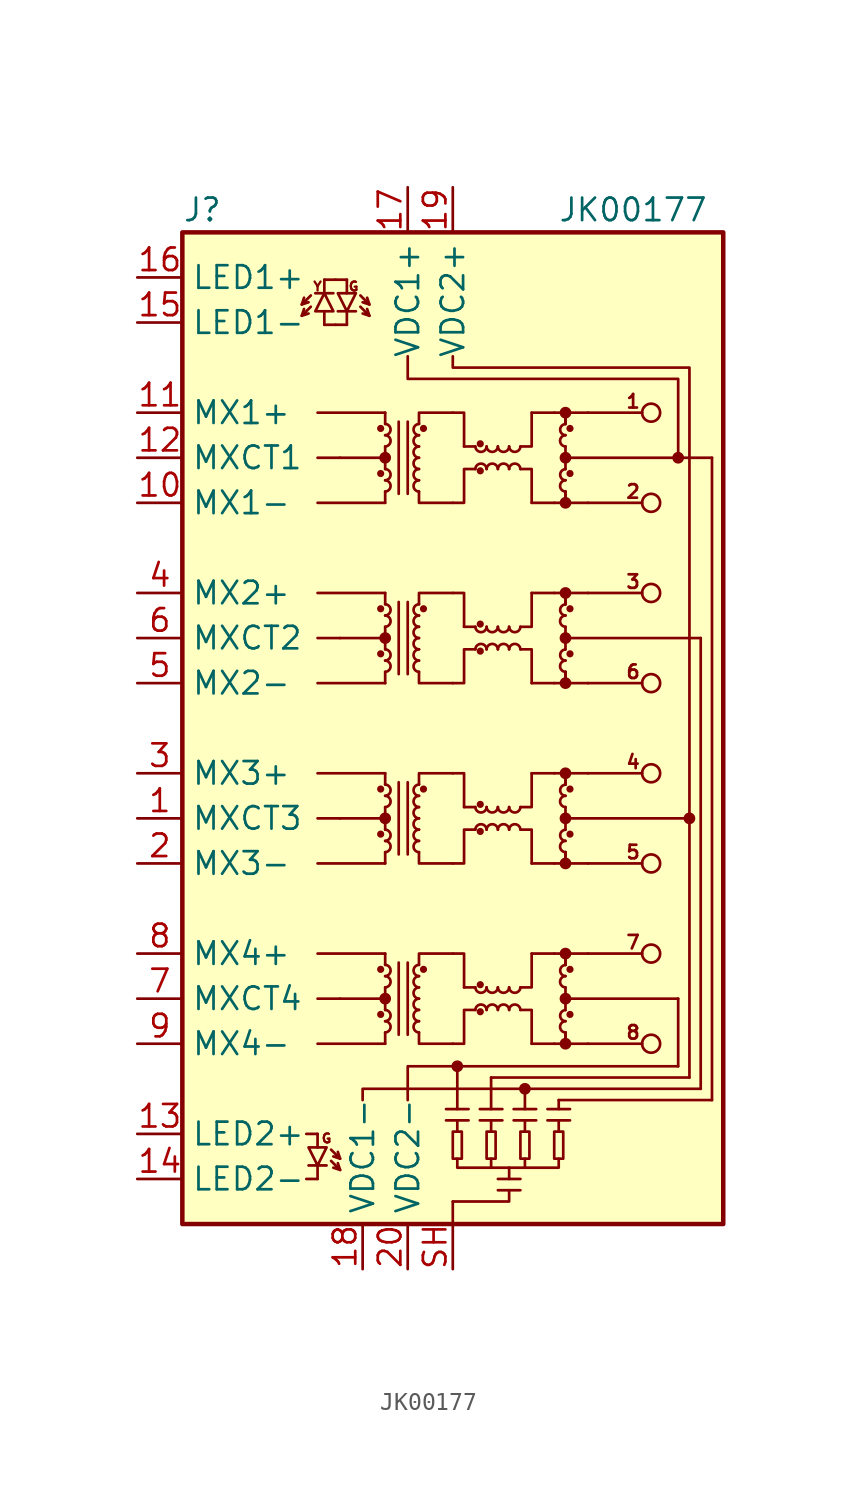
<source format=kicad_sym>
(kicad_symbol_lib
  (version 20211014)
  (generator kicad_symbol_editor)
  (symbol "JK00177"
    (property "Reference" "J"
      (at -15.24 29.21 0)
      (effects (font (size 1.27 1.27)) (justify left)))
    (property "Value" "JK00177"
      (at 10.16 29.21 0)
      (effects (font (size 1.27 1.27))))
    (symbol "JK00177_0_0"
      (text "" (at -7.874 24.892 900) (effects (font (size 1.27 1.27))))
      (text "1" (at 10.16 18.415 0) (effects (font (size 0.762 0.762))))
      (text "2" (at 10.16 13.335 0) (effects (font (size 0.762 0.762))))
      (text "3" (at 10.16 8.255 0) (effects (font (size 0.762 0.762))))
      (text "4" (at 10.16 -1.905 0) (effects (font (size 0.762 0.762))))
      (text "5" (at 10.16 -6.985 0) (effects (font (size 0.762 0.762))))
      (text "6" (at 10.16 3.175 0) (effects (font (size 0.762 0.762))))
      (text "7" (at 10.16 -12.065 0) (effects (font (size 0.762 0.762))))
      (text "8" (at 10.16 -17.145 0) (effects (font (size 0.762 0.762))))
      (text "G" (at -7.112 -23.114 0) (effects (font (size 0.508 0.508))))
      (text "G" (at -5.588 24.892 0) (effects (font (size 0.508 0.508))))
      (text "Y" (at -7.62 24.892 0) (effects (font (size 0.508 0.508)))))
    (symbol "JK00177_0_1"
      (rectangle (start -15.24 27.94) (end 15.24 -27.94) (stroke (width 0.254) (type default) (color 0 0 0 0)) (fill (type background)))
      (circle (center -4.064 -16.129) (radius 0.127) (stroke (width 0) (type default) (color 0 0 0 0)) (fill (type outline)))
      (circle (center -4.064 -13.589) (radius 0.127) (stroke (width 0) (type default) (color 0 0 0 0)) (fill (type outline)))
      (circle (center -4.064 -5.969) (radius 0.127) (stroke (width 0) (type default) (color 0 0 0 0)) (fill (type outline)))
      (circle (center -4.064 -3.429) (radius 0.127) (stroke (width 0) (type default) (color 0 0 0 0)) (fill (type outline)))
      (circle (center -4.064 4.191) (radius 0.127) (stroke (width 0) (type default) (color 0 0 0 0)) (fill (type outline)))
      (circle (center -4.064 6.731) (radius 0.127) (stroke (width 0) (type default) (color 0 0 0 0)) (fill (type outline)))
      (circle (center -4.064 14.351) (radius 0.127) (stroke (width 0) (type default) (color 0 0 0 0)) (fill (type outline)))
      (circle (center -4.064 16.891) (radius 0.127) (stroke (width 0) (type default) (color 0 0 0 0)) (fill (type outline)))
      (arc (start -3.81 -17.145) (mid -3.5052 -16.8402) (end -3.81 -16.51) (stroke (width 0) (type default) (color 0 0 0 0)) (fill (type none)))
      (arc (start -3.81 -16.51) (mid -3.5052 -16.2052) (end -3.81 -15.875) (stroke (width 0) (type default) (color 0 0 0 0)) (fill (type none)))
      (circle (center -3.81 -15.24) (radius 0.254) (stroke (width 0) (type default) (color 0 0 0 0)) (fill (type outline)))
      (arc (start -3.81 -14.605) (mid -3.5052 -14.3002) (end -3.81 -13.97) (stroke (width 0) (type default) (color 0 0 0 0)) (fill (type none)))
      (arc (start -3.81 -13.97) (mid -3.5052 -13.6652) (end -3.81 -13.335) (stroke (width 0) (type default) (color 0 0 0 0)) (fill (type none)))
      (arc (start -3.81 -6.985) (mid -3.5052 -6.6802) (end -3.81 -6.35) (stroke (width 0) (type default) (color 0 0 0 0)) (fill (type none)))
      (arc (start -3.81 -6.35) (mid -3.5052 -6.0452) (end -3.81 -5.715) (stroke (width 0) (type default) (color 0 0 0 0)) (fill (type none)))
      (circle (center -3.81 -5.08) (radius 0.254) (stroke (width 0) (type default) (color 0 0 0 0)) (fill (type outline)))
      (arc (start -3.81 -4.445) (mid -3.5052 -4.1402) (end -3.81 -3.81) (stroke (width 0) (type default) (color 0 0 0 0)) (fill (type none)))
      (arc (start -3.81 -3.81) (mid -3.5052 -3.5052) (end -3.81 -3.175) (stroke (width 0) (type default) (color 0 0 0 0)) (fill (type none)))
      (arc (start -3.81 3.175) (mid -3.5052 3.4798) (end -3.81 3.81) (stroke (width 0) (type default) (color 0 0 0 0)) (fill (type none)))
      (arc (start -3.81 3.81) (mid -3.5052 4.1148) (end -3.81 4.445) (stroke (width 0) (type default) (color 0 0 0 0)) (fill (type none)))
      (circle (center -3.81 5.08) (radius 0.254) (stroke (width 0) (type default) (color 0 0 0 0)) (fill (type outline)))
      (arc (start -3.81 5.715) (mid -3.5052 6.0198) (end -3.81 6.35) (stroke (width 0) (type default) (color 0 0 0 0)) (fill (type none)))
      (arc (start -3.81 6.35) (mid -3.5052 6.6548) (end -3.81 6.985) (stroke (width 0) (type default) (color 0 0 0 0)) (fill (type none)))
      (arc (start -3.81 13.335) (mid -3.5052 13.6398) (end -3.81 13.97) (stroke (width 0) (type default) (color 0 0 0 0)) (fill (type none)))
      (arc (start -3.81 13.97) (mid -3.5052 14.2748) (end -3.81 14.605) (stroke (width 0) (type default) (color 0 0 0 0)) (fill (type none)))
      (circle (center -3.81 15.24) (radius 0.254) (stroke (width 0) (type default) (color 0 0 0 0)) (fill (type outline)))
      (arc (start -3.81 15.875) (mid -3.5052 16.1798) (end -3.81 16.51) (stroke (width 0) (type default) (color 0 0 0 0)) (fill (type none)))
      (arc (start -3.81 16.51) (mid -3.5052 16.8148) (end -3.81 17.145) (stroke (width 0) (type default) (color 0 0 0 0)) (fill (type none)))
      (arc (start -1.905 -16.51) (mid -2.2098 -16.8148) (end -1.905 -17.145) (stroke (width 0) (type default) (color 0 0 0 0)) (fill (type none)))
      (arc (start -1.905 -15.875) (mid -2.2098 -16.1798) (end -1.905 -16.51) (stroke (width 0) (type default) (color 0 0 0 0)) (fill (type none)))
      (arc (start -1.905 -15.24) (mid -2.2098 -15.5448) (end -1.905 -15.875) (stroke (width 0) (type default) (color 0 0 0 0)) (fill (type none)))
      (arc (start -1.905 -14.605) (mid -2.2098 -14.9098) (end -1.905 -15.24) (stroke (width 0) (type default) (color 0 0 0 0)) (fill (type none)))
      (arc (start -1.905 -13.97) (mid -2.2098 -14.2748) (end -1.905 -14.605) (stroke (width 0) (type default) (color 0 0 0 0)) (fill (type none)))
      (arc (start -1.905 -13.335) (mid -2.2098 -13.6398) (end -1.905 -13.97) (stroke (width 0) (type default) (color 0 0 0 0)) (fill (type none)))
      (arc (start -1.905 -6.35) (mid -2.2098 -6.6548) (end -1.905 -6.985) (stroke (width 0) (type default) (color 0 0 0 0)) (fill (type none)))
      (arc (start -1.905 -5.715) (mid -2.2098 -6.0198) (end -1.905 -6.35) (stroke (width 0) (type default) (color 0 0 0 0)) (fill (type none)))
      (arc (start -1.905 -5.08) (mid -2.2098 -5.3848) (end -1.905 -5.715) (stroke (width 0) (type default) (color 0 0 0 0)) (fill (type none)))
      (arc (start -1.905 -4.445) (mid -2.2098 -4.7498) (end -1.905 -5.08) (stroke (width 0) (type default) (color 0 0 0 0)) (fill (type none)))
      (arc (start -1.905 -3.81) (mid -2.2098 -4.1148) (end -1.905 -4.445) (stroke (width 0) (type default) (color 0 0 0 0)) (fill (type none)))
      (arc (start -1.905 -3.175) (mid -2.2098 -3.4798) (end -1.905 -3.81) (stroke (width 0) (type default) (color 0 0 0 0)) (fill (type none)))
      (arc (start -1.905 3.81) (mid -2.2098 3.5052) (end -1.905 3.175) (stroke (width 0) (type default) (color 0 0 0 0)) (fill (type none)))
      (arc (start -1.905 4.445) (mid -2.2098 4.1402) (end -1.905 3.81) (stroke (width 0) (type default) (color 0 0 0 0)) (fill (type none)))
      (arc (start -1.905 5.08) (mid -2.2098 4.7752) (end -1.905 4.445) (stroke (width 0) (type default) (color 0 0 0 0)) (fill (type none)))
      (arc (start -1.905 5.715) (mid -2.2098 5.4102) (end -1.905 5.08) (stroke (width 0) (type default) (color 0 0 0 0)) (fill (type none)))
      (arc (start -1.905 6.35) (mid -2.2098 6.0452) (end -1.905 5.715) (stroke (width 0) (type default) (color 0 0 0 0)) (fill (type none)))
      (arc (start -1.905 6.985) (mid -2.2098 6.6802) (end -1.905 6.35) (stroke (width 0) (type default) (color 0 0 0 0)) (fill (type none)))
      (arc (start -1.905 13.97) (mid -2.2098 13.6652) (end -1.905 13.335) (stroke (width 0) (type default) (color 0 0 0 0)) (fill (type none)))
      (arc (start -1.905 14.605) (mid -2.2098 14.3002) (end -1.905 13.97) (stroke (width 0) (type default) (color 0 0 0 0)) (fill (type none)))
      (arc (start -1.905 15.24) (mid -2.2098 14.9352) (end -1.905 14.605) (stroke (width 0) (type default) (color 0 0 0 0)) (fill (type none)))
      (arc (start -1.905 15.875) (mid -2.2098 15.5702) (end -1.905 15.24) (stroke (width 0) (type default) (color 0 0 0 0)) (fill (type none)))
      (arc (start -1.905 16.51) (mid -2.2098 16.2052) (end -1.905 15.875) (stroke (width 0) (type default) (color 0 0 0 0)) (fill (type none)))
      (arc (start -1.905 17.145) (mid -2.2098 16.8402) (end -1.905 16.51) (stroke (width 0) (type default) (color 0 0 0 0)) (fill (type none)))
      (circle (center -1.651 -13.589) (radius 0.127) (stroke (width 0) (type default) (color 0 0 0 0)) (fill (type outline)))
      (circle (center -1.651 -3.429) (radius 0.127) (stroke (width 0) (type default) (color 0 0 0 0)) (fill (type outline)))
      (circle (center -1.651 6.731) (radius 0.127) (stroke (width 0) (type default) (color 0 0 0 0)) (fill (type outline)))
      (circle (center -1.651 16.891) (radius 0.127) (stroke (width 0) (type default) (color 0 0 0 0)) (fill (type outline)))
      (rectangle (start 0 -22.733) (end 0.508 -24.257) (stroke (width 0.152) (type default) (color 0 0 0 0)) (fill (type none)))
      (polyline (pts (xy -7.62 -17.78) (xy -3.81 -17.78)) (stroke (width 0) (type default) (color 0 0 0 0)) (fill (type none)))
      (polyline (pts (xy -7.62 -15.24) (xy -6.35 -15.24)) (stroke (width 0) (type default) (color 0 0 0 0)) (fill (type none)))
      (polyline (pts (xy -7.62 -12.7) (xy -3.81 -12.7)) (stroke (width 0) (type default) (color 0 0 0 0)) (fill (type none)))
      (polyline (pts (xy -7.62 -7.62) (xy -3.81 -7.62)) (stroke (width 0) (type default) (color 0 0 0 0)) (fill (type none)))
      (polyline (pts (xy -7.62 -5.08) (xy -6.35 -5.08)) (stroke (width 0) (type default) (color 0 0 0 0)) (fill (type none)))
      (polyline (pts (xy -7.62 -2.54) (xy -3.81 -2.54)) (stroke (width 0) (type default) (color 0 0 0 0)) (fill (type none)))
      (polyline (pts (xy -7.62 2.54) (xy -3.81 2.54)) (stroke (width 0) (type default) (color 0 0 0 0)) (fill (type none)))
      (polyline (pts (xy -7.62 5.08) (xy -6.35 5.08)) (stroke (width 0) (type default) (color 0 0 0 0)) (fill (type none)))
      (polyline (pts (xy -7.62 7.62) (xy -3.81 7.62)) (stroke (width 0) (type default) (color 0 0 0 0)) (fill (type none)))
      (polyline (pts (xy -7.62 12.7) (xy -3.81 12.7)) (stroke (width 0) (type default) (color 0 0 0 0)) (fill (type none)))
      (polyline (pts (xy -7.62 15.24) (xy -6.35 15.24)) (stroke (width 0) (type default) (color 0 0 0 0)) (fill (type none)))
      (polyline (pts (xy -7.62 17.78) (xy -3.81 17.78)) (stroke (width 0) (type default) (color 0 0 0 0)) (fill (type none)))
      (polyline (pts (xy -6.35 -15.24) (xy -3.81 -15.24)) (stroke (width 0) (type default) (color 0 0 0 0)) (fill (type none)))
      (polyline (pts (xy -6.35 -5.08) (xy -3.81 -5.08)) (stroke (width 0) (type default) (color 0 0 0 0)) (fill (type none)))
      (polyline (pts (xy -6.35 5.08) (xy -3.81 5.08)) (stroke (width 0) (type default) (color 0 0 0 0)) (fill (type none)))
      (polyline (pts (xy -6.35 15.24) (xy -3.81 15.24)) (stroke (width 0) (type default) (color 0 0 0 0)) (fill (type none)))
      (polyline (pts (xy -3.81 -17.78) (xy -3.81 -17.145)) (stroke (width 0) (type default) (color 0 0 0 0)) (fill (type none)))
      (polyline (pts (xy -3.81 -15.24) (xy -3.81 -15.875)) (stroke (width 0) (type default) (color 0 0 0 0)) (fill (type none)))
      (polyline (pts (xy -3.81 -15.24) (xy -3.81 -14.605)) (stroke (width 0) (type default) (color 0 0 0 0)) (fill (type none)))
      (polyline (pts (xy -3.81 -12.7) (xy -3.81 -13.335)) (stroke (width 0) (type default) (color 0 0 0 0)) (fill (type none)))
      (polyline (pts (xy -3.81 -7.62) (xy -3.81 -6.985)) (stroke (width 0) (type default) (color 0 0 0 0)) (fill (type none)))
      (polyline (pts (xy -3.81 -5.08) (xy -3.81 -5.715)) (stroke (width 0) (type default) (color 0 0 0 0)) (fill (type none)))
      (polyline (pts (xy -3.81 -5.08) (xy -3.81 -4.445)) (stroke (width 0) (type default) (color 0 0 0 0)) (fill (type none)))
      (polyline (pts (xy -3.81 -2.54) (xy -3.81 -3.175)) (stroke (width 0) (type default) (color 0 0 0 0)) (fill (type none)))
      (polyline (pts (xy -3.81 2.54) (xy -3.81 3.175)) (stroke (width 0) (type default) (color 0 0 0 0)) (fill (type none)))
      (polyline (pts (xy -3.81 5.08) (xy -3.81 4.445)) (stroke (width 0) (type default) (color 0 0 0 0)) (fill (type none)))
      (polyline (pts (xy -3.81 5.08) (xy -3.81 5.715)) (stroke (width 0) (type default) (color 0 0 0 0)) (fill (type none)))
      (polyline (pts (xy -3.81 7.62) (xy -3.81 6.985)) (stroke (width 0) (type default) (color 0 0 0 0)) (fill (type none)))
      (polyline (pts (xy -3.81 12.7) (xy -3.81 13.335)) (stroke (width 0) (type default) (color 0 0 0 0)) (fill (type none)))
      (polyline (pts (xy -3.81 15.24) (xy -3.81 14.605)) (stroke (width 0) (type default) (color 0 0 0 0)) (fill (type none)))
      (polyline (pts (xy -3.81 15.24) (xy -3.81 15.875)) (stroke (width 0) (type default) (color 0 0 0 0)) (fill (type none)))
      (polyline (pts (xy -3.81 17.78) (xy -3.81 17.145)) (stroke (width 0) (type default) (color 0 0 0 0)) (fill (type none)))
      (polyline (pts (xy -3.048 -17.272) (xy -3.048 -13.208)) (stroke (width 0) (type default) (color 0 0 0 0)) (fill (type none)))
      (polyline (pts (xy -3.048 -7.112) (xy -3.048 -3.048)) (stroke (width 0) (type default) (color 0 0 0 0)) (fill (type none)))
      (polyline (pts (xy -3.048 3.048) (xy -3.048 7.112)) (stroke (width 0) (type default) (color 0 0 0 0)) (fill (type none)))
      (polyline (pts (xy -3.048 13.208) (xy -3.048 17.272)) (stroke (width 0) (type default) (color 0 0 0 0)) (fill (type none)))
      (polyline (pts (xy -2.54 -17.272) (xy -2.54 -13.208)) (stroke (width 0) (type default) (color 0 0 0 0)) (fill (type none)))
      (polyline (pts (xy -2.54 -7.112) (xy -2.54 -3.048)) (stroke (width 0) (type default) (color 0 0 0 0)) (fill (type none)))
      (polyline (pts (xy -2.54 3.048) (xy -2.54 7.112)) (stroke (width 0) (type default) (color 0 0 0 0)) (fill (type none)))
      (polyline (pts (xy -2.54 13.208) (xy -2.54 17.272)) (stroke (width 0) (type default) (color 0 0 0 0)) (fill (type none)))
      (polyline (pts (xy -0.381 -22.098) (xy 0.889 -22.098)) (stroke (width 0.152) (type default) (color 0 0 0 0)) (fill (type none)))
      (polyline (pts (xy -0.381 -21.463) (xy 0.889 -21.463)) (stroke (width 0.152) (type default) (color 0 0 0 0)) (fill (type none)))
      (polyline (pts (xy 0 -27.94) (xy 0 -26.67)) (stroke (width 0.152) (type default) (color 0 0 0 0)) (fill (type none)))
      (polyline (pts (xy 0.254 -21.463) (xy 0.254 -19.05)) (stroke (width 0.152) (type default) (color 0 0 0 0)) (fill (type none)))
      (polyline (pts (xy 0.254 -19.05) (xy 12.7 -19.05)) (stroke (width 0) (type default) (color 0 0 0 0)) (fill (type none)))
      (polyline (pts (xy 0.635 -14.605) (xy 1.27 -14.605)) (stroke (width 0) (type default) (color 0 0 0 0)) (fill (type none)))
      (polyline (pts (xy 0.635 -4.445) (xy 1.27 -4.445)) (stroke (width 0) (type default) (color 0 0 0 0)) (fill (type none)))
      (polyline (pts (xy 0.635 5.715) (xy 1.27 5.715)) (stroke (width 0) (type default) (color 0 0 0 0)) (fill (type none)))
      (polyline (pts (xy 0.635 15.875) (xy 1.27 15.875)) (stroke (width 0) (type default) (color 0 0 0 0)) (fill (type none)))
      (polyline (pts (xy 1.524 -22.098) (xy 2.794 -22.098)) (stroke (width 0.152) (type default) (color 0 0 0 0)) (fill (type none)))
      (polyline (pts (xy 1.524 -21.463) (xy 2.794 -21.463)) (stroke (width 0.152) (type default) (color 0 0 0 0)) (fill (type none)))
      (polyline (pts (xy 2.159 -24.257) (xy 2.159 -24.765)) (stroke (width 0.152) (type default) (color 0 0 0 0)) (fill (type none)))
      (polyline (pts (xy 2.159 -21.463) (xy 2.159 -19.685)) (stroke (width 0.152) (type default) (color 0 0 0 0)) (fill (type none)))
      (polyline (pts (xy 3.429 -22.098) (xy 4.699 -22.098)) (stroke (width 0.152) (type default) (color 0 0 0 0)) (fill (type none)))
      (polyline (pts (xy 3.429 -21.463) (xy 4.699 -21.463)) (stroke (width 0.152) (type default) (color 0 0 0 0)) (fill (type none)))
      (polyline (pts (xy 3.81 -26.035) (xy 2.54 -26.035)) (stroke (width 0.152) (type default) (color 0 0 0 0)) (fill (type none)))
      (polyline (pts (xy 3.81 -25.4) (xy 2.54 -25.4)) (stroke (width 0.152) (type default) (color 0 0 0 0)) (fill (type none)))
      (polyline (pts (xy 4.064 -24.257) (xy 4.064 -24.765)) (stroke (width 0.152) (type default) (color 0 0 0 0)) (fill (type none)))
      (polyline (pts (xy 4.064 -21.463) (xy 4.064 -20.32)) (stroke (width 0.152) (type default) (color 0 0 0 0)) (fill (type none)))
      (polyline (pts (xy 4.445 -17.78) (xy 5.715 -17.78)) (stroke (width 0) (type default) (color 0 0 0 0)) (fill (type none)))
      (polyline (pts (xy 4.445 -12.7) (xy 5.715 -12.7)) (stroke (width 0) (type default) (color 0 0 0 0)) (fill (type none)))
      (polyline (pts (xy 4.445 -7.62) (xy 5.715 -7.62)) (stroke (width 0) (type default) (color 0 0 0 0)) (fill (type none)))
      (polyline (pts (xy 4.445 -2.54) (xy 5.715 -2.54)) (stroke (width 0) (type default) (color 0 0 0 0)) (fill (type none)))
      (polyline (pts (xy 4.445 2.54) (xy 5.715 2.54)) (stroke (width 0) (type default) (color 0 0 0 0)) (fill (type none)))
      (polyline (pts (xy 4.445 7.62) (xy 5.715 7.62)) (stroke (width 0) (type default) (color 0 0 0 0)) (fill (type none)))
      (polyline (pts (xy 4.445 12.7) (xy 5.715 12.7)) (stroke (width 0) (type default) (color 0 0 0 0)) (fill (type none)))
      (polyline (pts (xy 4.445 17.78) (xy 5.715 17.78)) (stroke (width 0) (type default) (color 0 0 0 0)) (fill (type none)))
      (polyline (pts (xy 5.334 -22.098) (xy 6.604 -22.098)) (stroke (width 0.152) (type default) (color 0 0 0 0)) (fill (type none)))
      (polyline (pts (xy 5.334 -21.463) (xy 6.604 -21.463)) (stroke (width 0.152) (type default) (color 0 0 0 0)) (fill (type none)))
      (polyline (pts (xy 5.969 -21.463) (xy 5.969 -20.955)) (stroke (width 0.152) (type default) (color 0 0 0 0)) (fill (type none)))
      (polyline (pts (xy 6.35 -17.78) (xy 6.35 -17.145)) (stroke (width 0) (type default) (color 0 0 0 0)) (fill (type none)))
      (polyline (pts (xy 6.35 -15.24) (xy 6.35 -15.875)) (stroke (width 0) (type default) (color 0 0 0 0)) (fill (type none)))
      (polyline (pts (xy 6.35 -15.24) (xy 6.35 -14.605)) (stroke (width 0) (type default) (color 0 0 0 0)) (fill (type none)))
      (polyline (pts (xy 6.35 -15.24) (xy 12.7 -15.24)) (stroke (width 0) (type default) (color 0 0 0 0)) (fill (type none)))
      (polyline (pts (xy 6.35 -12.7) (xy 6.35 -13.335)) (stroke (width 0) (type default) (color 0 0 0 0)) (fill (type none)))
      (polyline (pts (xy 6.35 -7.62) (xy 6.35 -6.985)) (stroke (width 0) (type default) (color 0 0 0 0)) (fill (type none)))
      (polyline (pts (xy 6.35 -5.08) (xy 6.35 -5.715)) (stroke (width 0) (type default) (color 0 0 0 0)) (fill (type none)))
      (polyline (pts (xy 6.35 -5.08) (xy 6.35 -4.445)) (stroke (width 0) (type default) (color 0 0 0 0)) (fill (type none)))
      (polyline (pts (xy 6.35 -5.08) (xy 13.335 -5.08)) (stroke (width 0) (type default) (color 0 0 0 0)) (fill (type none)))
      (polyline (pts (xy 6.35 -2.54) (xy 6.35 -3.175)) (stroke (width 0) (type default) (color 0 0 0 0)) (fill (type none)))
      (polyline (pts (xy 6.35 2.54) (xy 6.35 3.175)) (stroke (width 0) (type default) (color 0 0 0 0)) (fill (type none)))
      (polyline (pts (xy 6.35 5.08) (xy 6.35 4.445)) (stroke (width 0) (type default) (color 0 0 0 0)) (fill (type none)))
      (polyline (pts (xy 6.35 5.08) (xy 6.35 5.715)) (stroke (width 0) (type default) (color 0 0 0 0)) (fill (type none)))
      (polyline (pts (xy 6.35 7.62) (xy 6.35 6.985)) (stroke (width 0) (type default) (color 0 0 0 0)) (fill (type none)))
      (polyline (pts (xy 6.35 12.7) (xy 6.35 13.335)) (stroke (width 0) (type default) (color 0 0 0 0)) (fill (type none)))
      (polyline (pts (xy 6.35 15.24) (xy 6.35 14.605)) (stroke (width 0) (type default) (color 0 0 0 0)) (fill (type none)))
      (polyline (pts (xy 6.35 15.24) (xy 6.35 15.875)) (stroke (width 0) (type default) (color 0 0 0 0)) (fill (type none)))
      (polyline (pts (xy 6.35 17.78) (xy 6.35 17.145)) (stroke (width 0) (type default) (color 0 0 0 0)) (fill (type none)))
      (polyline (pts (xy 7.62 -17.78) (xy 6.35 -17.78)) (stroke (width 0) (type default) (color 0 0 0 0)) (fill (type none)))
      (polyline (pts (xy 7.62 -17.78) (xy 10.668 -17.78)) (stroke (width 0) (type default) (color 0 0 0 0)) (fill (type none)))
      (polyline (pts (xy 7.62 -12.7) (xy 6.35 -12.7)) (stroke (width 0) (type default) (color 0 0 0 0)) (fill (type none)))
      (polyline (pts (xy 7.62 -12.7) (xy 10.668 -12.7)) (stroke (width 0) (type default) (color 0 0 0 0)) (fill (type none)))
      (polyline (pts (xy 7.62 -7.62) (xy 6.35 -7.62)) (stroke (width 0) (type default) (color 0 0 0 0)) (fill (type none)))
      (polyline (pts (xy 7.62 -7.62) (xy 10.668 -7.62)) (stroke (width 0) (type default) (color 0 0 0 0)) (fill (type none)))
      (polyline (pts (xy 7.62 -2.54) (xy 6.35 -2.54)) (stroke (width 0) (type default) (color 0 0 0 0)) (fill (type none)))
      (polyline (pts (xy 7.62 -2.54) (xy 10.668 -2.54)) (stroke (width 0) (type default) (color 0 0 0 0)) (fill (type none)))
      (polyline (pts (xy 7.62 2.54) (xy 6.35 2.54)) (stroke (width 0) (type default) (color 0 0 0 0)) (fill (type none)))
      (polyline (pts (xy 7.62 2.54) (xy 10.668 2.54)) (stroke (width 0) (type default) (color 0 0 0 0)) (fill (type none)))
      (polyline (pts (xy 7.62 7.62) (xy 6.35 7.62)) (stroke (width 0) (type default) (color 0 0 0 0)) (fill (type none)))
      (polyline (pts (xy 7.62 7.62) (xy 10.668 7.62)) (stroke (width 0) (type default) (color 0 0 0 0)) (fill (type none)))
      (polyline (pts (xy 7.62 12.7) (xy 6.35 12.7)) (stroke (width 0) (type default) (color 0 0 0 0)) (fill (type none)))
      (polyline (pts (xy 7.62 12.7) (xy 10.668 12.7)) (stroke (width 0) (type default) (color 0 0 0 0)) (fill (type none)))
      (polyline (pts (xy 7.62 17.78) (xy 6.35 17.78)) (stroke (width 0) (type default) (color 0 0 0 0)) (fill (type none)))
      (polyline (pts (xy 7.62 17.78) (xy 10.668 17.78)) (stroke (width 0) (type default) (color 0 0 0 0)) (fill (type none)))
      (polyline (pts (xy 12.7 -19.05) (xy 12.7 -15.24)) (stroke (width 0) (type default) (color 0 0 0 0)) (fill (type none)))
      (polyline (pts (xy 13.335 -19.685) (xy 2.159 -19.685)) (stroke (width 0.152) (type default) (color 0 0 0 0)) (fill (type none)))
      (polyline (pts (xy 13.335 -19.685) (xy 13.335 -5.08)) (stroke (width 0) (type default) (color 0 0 0 0)) (fill (type none)))
      (polyline (pts (xy 13.97 -20.32) (xy 4.064 -20.32)) (stroke (width 0.152) (type default) (color 0 0 0 0)) (fill (type none)))
      (polyline (pts (xy 13.97 -20.32) (xy 13.97 5.08)) (stroke (width 0) (type default) (color 0 0 0 0)) (fill (type none)))
      (polyline (pts (xy 13.97 5.08) (xy 6.35 5.08)) (stroke (width 0) (type default) (color 0 0 0 0)) (fill (type none)))
      (polyline (pts (xy 14.605 -20.955) (xy 5.969 -20.955)) (stroke (width 0.152) (type default) (color 0 0 0 0)) (fill (type none)))
      (polyline (pts (xy 14.605 -20.955) (xy 14.605 15.24)) (stroke (width 0) (type default) (color 0 0 0 0)) (fill (type none)))
      (polyline (pts (xy 14.605 15.24) (xy 6.35 15.24)) (stroke (width 0) (type default) (color 0 0 0 0)) (fill (type none)))
      (polyline (pts (xy -2.54 -20.955) (xy -2.54 -19.05) (xy 0.254 -19.05)) (stroke (width 0.152) (type default) (color 0 0 0 0)) (fill (type none)))
      (polyline (pts (xy -1.905 -17.145) (xy -1.905 -17.78) (xy 0 -17.78)) (stroke (width 0) (type default) (color 0 0 0 0)) (fill (type none)))
      (polyline (pts (xy -1.905 -13.335) (xy -1.905 -12.7) (xy 0 -12.7)) (stroke (width 0) (type default) (color 0 0 0 0)) (fill (type none)))
      (polyline (pts (xy -1.905 -6.985) (xy -1.905 -7.62) (xy 0 -7.62)) (stroke (width 0) (type default) (color 0 0 0 0)) (fill (type none)))
      (polyline (pts (xy -1.905 -3.175) (xy -1.905 -2.54) (xy 0 -2.54)) (stroke (width 0) (type default) (color 0 0 0 0)) (fill (type none)))
      (polyline (pts (xy -1.905 3.175) (xy -1.905 2.54) (xy 0 2.54)) (stroke (width 0) (type default) (color 0 0 0 0)) (fill (type none)))
      (polyline (pts (xy -1.905 6.985) (xy -1.905 7.62) (xy 0 7.62)) (stroke (width 0) (type default) (color 0 0 0 0)) (fill (type none)))
      (polyline (pts (xy -1.905 13.335) (xy -1.905 12.7) (xy 0 12.7)) (stroke (width 0) (type default) (color 0 0 0 0)) (fill (type none)))
      (polyline (pts (xy -1.905 17.145) (xy -1.905 17.78) (xy 0 17.78)) (stroke (width 0) (type default) (color 0 0 0 0)) (fill (type none)))
      (polyline (pts (xy 0 -26.67) (xy 3.175 -26.67) (xy 3.175 -26.035)) (stroke (width 0.152) (type default) (color 0 0 0 0)) (fill (type none)))
      (polyline (pts (xy 0 -12.7) (xy 0.635 -12.7) (xy 0.635 -14.605)) (stroke (width 0) (type default) (color 0 0 0 0)) (fill (type none)))
      (polyline (pts (xy 0 -2.54) (xy 0.635 -2.54) (xy 0.635 -4.445)) (stroke (width 0) (type default) (color 0 0 0 0)) (fill (type none)))
      (polyline (pts (xy 0 7.62) (xy 0.635 7.62) (xy 0.635 5.715)) (stroke (width 0) (type default) (color 0 0 0 0)) (fill (type none)))
      (polyline (pts (xy 0 17.78) (xy 0.635 17.78) (xy 0.635 15.875)) (stroke (width 0) (type default) (color 0 0 0 0)) (fill (type none)))
      (polyline (pts (xy 3.81 -15.875) (xy 4.445 -15.875) (xy 4.445 -17.78)) (stroke (width 0) (type default) (color 0 0 0 0)) (fill (type none)))
      (polyline (pts (xy 3.81 -14.605) (xy 4.445 -14.605) (xy 4.445 -12.7)) (stroke (width 0) (type default) (color 0 0 0 0)) (fill (type none)))
      (polyline (pts (xy 3.81 -5.715) (xy 4.445 -5.715) (xy 4.445 -7.62)) (stroke (width 0) (type default) (color 0 0 0 0)) (fill (type none)))
      (polyline (pts (xy 3.81 -4.445) (xy 4.445 -4.445) (xy 4.445 -2.54)) (stroke (width 0) (type default) (color 0 0 0 0)) (fill (type none)))
      (polyline (pts (xy 3.81 4.445) (xy 4.445 4.445) (xy 4.445 2.54)) (stroke (width 0) (type default) (color 0 0 0 0)) (fill (type none)))
      (polyline (pts (xy 3.81 5.715) (xy 4.445 5.715) (xy 4.445 7.62)) (stroke (width 0) (type default) (color 0 0 0 0)) (fill (type none)))
      (polyline (pts (xy 3.81 14.605) (xy 4.445 14.605) (xy 4.445 12.7)) (stroke (width 0) (type default) (color 0 0 0 0)) (fill (type none)))
      (polyline (pts (xy 3.81 15.875) (xy 4.445 15.875) (xy 4.445 17.78)) (stroke (width 0) (type default) (color 0 0 0 0)) (fill (type none)))
      (polyline (pts (xy 4.064 -20.32) (xy -5.08 -20.32) (xy -5.08 -20.955)) (stroke (width 0.152) (type default) (color 0 0 0 0)) (fill (type none)))
      (polyline (pts (xy 5.715 -17.78) (xy 6.35 -17.78) (xy 6.35 -17.145)) (stroke (width 0) (type default) (color 0 0 0 0)) (fill (type none)))
      (polyline (pts (xy 5.715 -12.7) (xy 6.35 -12.7) (xy 6.35 -13.335)) (stroke (width 0) (type default) (color 0 0 0 0)) (fill (type none)))
      (polyline (pts (xy 5.715 -7.62) (xy 6.35 -7.62) (xy 6.35 -6.985)) (stroke (width 0) (type default) (color 0 0 0 0)) (fill (type none)))
      (polyline (pts (xy 5.715 -2.54) (xy 6.35 -2.54) (xy 6.35 -3.175)) (stroke (width 0) (type default) (color 0 0 0 0)) (fill (type none)))
      (polyline (pts (xy 5.715 2.54) (xy 6.35 2.54) (xy 6.35 3.175)) (stroke (width 0) (type default) (color 0 0 0 0)) (fill (type none)))
      (polyline (pts (xy 5.715 7.62) (xy 6.35 7.62) (xy 6.35 6.985)) (stroke (width 0) (type default) (color 0 0 0 0)) (fill (type none)))
      (polyline (pts (xy 5.715 12.7) (xy 6.35 12.7) (xy 6.35 13.335)) (stroke (width 0) (type default) (color 0 0 0 0)) (fill (type none)))
      (polyline (pts (xy 5.715 17.78) (xy 6.35 17.78) (xy 6.35 17.145)) (stroke (width 0) (type default) (color 0 0 0 0)) (fill (type none)))
      (polyline (pts (xy -2.54 20.955) (xy -2.54 19.685) (xy 12.7 19.685) (xy 12.7 15.24)) (stroke (width 0.152) (type default) (color 0 0 0 0)) (fill (type none)))
      (polyline (pts (xy 0 -17.78) (xy 0.635 -17.78) (xy 0.635 -15.875) (xy 1.27 -15.875)) (stroke (width 0) (type default) (color 0 0 0 0)) (fill (type none)))
      (polyline (pts (xy 0 -7.62) (xy 0.635 -7.62) (xy 0.635 -5.715) (xy 1.27 -5.715)) (stroke (width 0) (type default) (color 0 0 0 0)) (fill (type none)))
      (polyline (pts (xy 0 2.54) (xy 0.635 2.54) (xy 0.635 4.445) (xy 1.27 4.445)) (stroke (width 0) (type default) (color 0 0 0 0)) (fill (type none)))
      (polyline (pts (xy 0 12.7) (xy 0.635 12.7) (xy 0.635 14.605) (xy 1.27 14.605)) (stroke (width 0) (type default) (color 0 0 0 0)) (fill (type none)))
      (polyline (pts (xy 0.254 -24.257) (xy 0.254 -24.765) (xy 5.969 -24.765) (xy 5.969 -24.257)) (stroke (width 0.152) (type default) (color 0 0 0 0)) (fill (type none)))
      (polyline (pts (xy 13.335 -5.08) (xy 13.335 20.32) (xy 0 20.32) (xy 0 20.955)) (stroke (width 0.152) (type default) (color 0 0 0 0)) (fill (type none)))
      (rectangle (start 0.254 -22.733) (end 0.254 -22.098) (stroke (width 0.152) (type default) (color 0 0 0 0)) (fill (type none)))
      (circle (center 0.254 -19.05) (radius 0.254) (stroke (width 0) (type default) (color 0 0 0 0)) (fill (type outline)))
      (arc (start 1.27 -14.605) (mid 1.5748 -14.9098) (end 1.905 -14.605) (stroke (width 0) (type default) (color 0 0 0 0)) (fill (type none)))
      (arc (start 1.27 -4.445) (mid 1.5748 -4.7498) (end 1.905 -4.445) (stroke (width 0) (type default) (color 0 0 0 0)) (fill (type none)))
      (arc (start 1.27 5.715) (mid 1.5748 5.4102) (end 1.905 5.715) (stroke (width 0) (type default) (color 0 0 0 0)) (fill (type none)))
      (arc (start 1.27 15.875) (mid 1.5748 15.5702) (end 1.905 15.875) (stroke (width 0) (type default) (color 0 0 0 0)) (fill (type none)))
      (circle (center 1.549 -15.977) (radius 0.127) (stroke (width 0) (type default) (color 0 0 0 0)) (fill (type outline)))
      (circle (center 1.549 -14.453) (radius 0.127) (stroke (width 0) (type default) (color 0 0 0 0)) (fill (type outline)))
      (circle (center 1.549 -5.817) (radius 0.127) (stroke (width 0) (type default) (color 0 0 0 0)) (fill (type outline)))
      (circle (center 1.549 -4.293) (radius 0.127) (stroke (width 0) (type default) (color 0 0 0 0)) (fill (type outline)))
      (circle (center 1.549 4.343) (radius 0.127) (stroke (width 0) (type default) (color 0 0 0 0)) (fill (type outline)))
      (circle (center 1.549 5.867) (radius 0.127) (stroke (width 0) (type default) (color 0 0 0 0)) (fill (type outline)))
      (circle (center 1.549 14.503) (radius 0.127) (stroke (width 0) (type default) (color 0 0 0 0)) (fill (type outline)))
      (circle (center 1.549 16.027) (radius 0.127) (stroke (width 0) (type default) (color 0 0 0 0)) (fill (type outline)))
      (rectangle (start 1.905 -22.733) (end 2.413 -24.257) (stroke (width 0.152) (type default) (color 0 0 0 0)) (fill (type none)))
      (arc (start 1.905 -15.875) (mid 1.6002 -15.5702) (end 1.27 -15.875) (stroke (width 0) (type default) (color 0 0 0 0)) (fill (type none)))
      (arc (start 1.905 -14.605) (mid 2.2098 -14.9098) (end 2.54 -14.605) (stroke (width 0) (type default) (color 0 0 0 0)) (fill (type none)))
      (arc (start 1.905 -5.715) (mid 1.6002 -5.4102) (end 1.27 -5.715) (stroke (width 0) (type default) (color 0 0 0 0)) (fill (type none)))
      (arc (start 1.905 -4.445) (mid 2.2098 -4.7498) (end 2.54 -4.445) (stroke (width 0) (type default) (color 0 0 0 0)) (fill (type none)))
      (arc (start 1.905 4.445) (mid 1.6002 4.7498) (end 1.27 4.445) (stroke (width 0) (type default) (color 0 0 0 0)) (fill (type none)))
      (arc (start 1.905 5.715) (mid 2.2098 5.4102) (end 2.54 5.715) (stroke (width 0) (type default) (color 0 0 0 0)) (fill (type none)))
      (arc (start 1.905 14.605) (mid 1.6002 14.9098) (end 1.27 14.605) (stroke (width 0) (type default) (color 0 0 0 0)) (fill (type none)))
      (arc (start 1.905 15.875) (mid 2.2098 15.5702) (end 2.54 15.875) (stroke (width 0) (type default) (color 0 0 0 0)) (fill (type none)))
      (rectangle (start 2.159 -22.733) (end 2.159 -22.098) (stroke (width 0.152) (type default) (color 0 0 0 0)) (fill (type none)))
      (arc (start 2.54 -15.875) (mid 2.2352 -15.5702) (end 1.905 -15.875) (stroke (width 0) (type default) (color 0 0 0 0)) (fill (type none)))
      (arc (start 2.54 -14.605) (mid 2.8448 -14.9098) (end 3.175 -14.605) (stroke (width 0) (type default) (color 0 0 0 0)) (fill (type none)))
      (arc (start 2.54 -5.715) (mid 2.2352 -5.4102) (end 1.905 -5.715) (stroke (width 0) (type default) (color 0 0 0 0)) (fill (type none)))
      (arc (start 2.54 -4.445) (mid 2.8448 -4.7498) (end 3.175 -4.445) (stroke (width 0) (type default) (color 0 0 0 0)) (fill (type none)))
      (arc (start 2.54 4.445) (mid 2.2352 4.7498) (end 1.905 4.445) (stroke (width 0) (type default) (color 0 0 0 0)) (fill (type none)))
      (arc (start 2.54 5.715) (mid 2.8448 5.4102) (end 3.175 5.715) (stroke (width 0) (type default) (color 0 0 0 0)) (fill (type none)))
      (arc (start 2.54 14.605) (mid 2.2352 14.9098) (end 1.905 14.605) (stroke (width 0) (type default) (color 0 0 0 0)) (fill (type none)))
      (arc (start 2.54 15.875) (mid 2.8448 15.5702) (end 3.175 15.875) (stroke (width 0) (type default) (color 0 0 0 0)) (fill (type none)))
      (rectangle (start 3.175 -24.765) (end 3.175 -25.4) (stroke (width 0.152) (type default) (color 0 0 0 0)) (fill (type none)))
      (arc (start 3.175 -15.875) (mid 2.8702 -15.5702) (end 2.54 -15.875) (stroke (width 0) (type default) (color 0 0 0 0)) (fill (type none)))
      (arc (start 3.175 -14.605) (mid 3.4798 -14.9098) (end 3.81 -14.605) (stroke (width 0) (type default) (color 0 0 0 0)) (fill (type none)))
      (arc (start 3.175 -5.715) (mid 2.8702 -5.4102) (end 2.54 -5.715) (stroke (width 0) (type default) (color 0 0 0 0)) (fill (type none)))
      (arc (start 3.175 -4.445) (mid 3.4798 -4.7498) (end 3.81 -4.445) (stroke (width 0) (type default) (color 0 0 0 0)) (fill (type none)))
      (arc (start 3.175 4.445) (mid 2.8702 4.7498) (end 2.54 4.445) (stroke (width 0) (type default) (color 0 0 0 0)) (fill (type none)))
      (arc (start 3.175 5.715) (mid 3.4798 5.4102) (end 3.81 5.715) (stroke (width 0) (type default) (color 0 0 0 0)) (fill (type none)))
      (arc (start 3.175 14.605) (mid 2.8702 14.9098) (end 2.54 14.605) (stroke (width 0) (type default) (color 0 0 0 0)) (fill (type none)))
      (arc (start 3.175 15.875) (mid 3.4798 15.5702) (end 3.81 15.875) (stroke (width 0) (type default) (color 0 0 0 0)) (fill (type none)))
      (rectangle (start 3.81 -22.733) (end 4.318 -24.257) (stroke (width 0.152) (type default) (color 0 0 0 0)) (fill (type none)))
      (arc (start 3.81 -15.875) (mid 3.5052 -15.5702) (end 3.175 -15.875) (stroke (width 0) (type default) (color 0 0 0 0)) (fill (type none)))
      (arc (start 3.81 -5.715) (mid 3.5052 -5.4102) (end 3.175 -5.715) (stroke (width 0) (type default) (color 0 0 0 0)) (fill (type none)))
      (arc (start 3.81 4.445) (mid 3.5052 4.7498) (end 3.175 4.445) (stroke (width 0) (type default) (color 0 0 0 0)) (fill (type none)))
      (arc (start 3.81 14.605) (mid 3.5052 14.9098) (end 3.175 14.605) (stroke (width 0) (type default) (color 0 0 0 0)) (fill (type none)))
      (rectangle (start 4.064 -22.733) (end 4.064 -22.098) (stroke (width 0.152) (type default) (color 0 0 0 0)) (fill (type none)))
      (circle (center 4.064 -20.32) (radius 0.254) (stroke (width 0) (type default) (color 0 0 0 0)) (fill (type outline)))
      (rectangle (start 5.715 -22.733) (end 6.223 -24.257) (stroke (width 0.152) (type default) (color 0 0 0 0)) (fill (type none)))
      (rectangle (start 5.969 -22.733) (end 5.969 -22.098) (stroke (width 0.152) (type default) (color 0 0 0 0)) (fill (type none)))
      (circle (center 6.35 -17.78) (radius 0.254) (stroke (width 0) (type default) (color 0 0 0 0)) (fill (type outline)))
      (arc (start 6.35 -16.51) (mid 6.0198 -16.8402) (end 6.35 -17.145) (stroke (width 0) (type default) (color 0 0 0 0)) (fill (type none)))
      (arc (start 6.35 -15.875) (mid 6.0198 -16.2052) (end 6.35 -16.51) (stroke (width 0) (type default) (color 0 0 0 0)) (fill (type none)))
      (circle (center 6.35 -15.24) (radius 0.254) (stroke (width 0) (type default) (color 0 0 0 0)) (fill (type outline)))
      (arc (start 6.35 -13.97) (mid 6.0198 -14.3002) (end 6.35 -14.605) (stroke (width 0) (type default) (color 0 0 0 0)) (fill (type none)))
      (arc (start 6.35 -13.335) (mid 6.0198 -13.6652) (end 6.35 -13.97) (stroke (width 0) (type default) (color 0 0 0 0)) (fill (type none)))
      (circle (center 6.35 -12.7) (radius 0.254) (stroke (width 0) (type default) (color 0 0 0 0)) (fill (type outline)))
      (circle (center 6.35 -7.62) (radius 0.254) (stroke (width 0) (type default) (color 0 0 0 0)) (fill (type outline)))
      (arc (start 6.35 -6.35) (mid 6.0198 -6.6802) (end 6.35 -6.985) (stroke (width 0) (type default) (color 0 0 0 0)) (fill (type none)))
      (arc (start 6.35 -5.715) (mid 6.0198 -6.0452) (end 6.35 -6.35) (stroke (width 0) (type default) (color 0 0 0 0)) (fill (type none)))
      (circle (center 6.35 -5.08) (radius 0.254) (stroke (width 0) (type default) (color 0 0 0 0)) (fill (type outline)))
      (arc (start 6.35 -3.81) (mid 6.0198 -4.1402) (end 6.35 -4.445) (stroke (width 0) (type default) (color 0 0 0 0)) (fill (type none)))
      (arc (start 6.35 -3.175) (mid 6.0198 -3.5052) (end 6.35 -3.81) (stroke (width 0) (type default) (color 0 0 0 0)) (fill (type none)))
      (circle (center 6.35 -2.54) (radius 0.254) (stroke (width 0) (type default) (color 0 0 0 0)) (fill (type outline)))
      (circle (center 6.35 2.54) (radius 0.254) (stroke (width 0) (type default) (color 0 0 0 0)) (fill (type outline)))
      (arc (start 6.35 3.81) (mid 6.0198 3.4798) (end 6.35 3.175) (stroke (width 0) (type default) (color 0 0 0 0)) (fill (type none)))
      (arc (start 6.35 4.445) (mid 6.0198 4.1148) (end 6.35 3.81) (stroke (width 0) (type default) (color 0 0 0 0)) (fill (type none)))
      (circle (center 6.35 5.08) (radius 0.254) (stroke (width 0) (type default) (color 0 0 0 0)) (fill (type outline)))
      (arc (start 6.35 6.35) (mid 6.0198 6.0198) (end 6.35 5.715) (stroke (width 0) (type default) (color 0 0 0 0)) (fill (type none)))
      (arc (start 6.35 6.985) (mid 6.0198 6.6548) (end 6.35 6.35) (stroke (width 0) (type default) (color 0 0 0 0)) (fill (type none)))
      (circle (center 6.35 7.62) (radius 0.254) (stroke (width 0) (type default) (color 0 0 0 0)) (fill (type outline)))
      (circle (center 6.35 12.7) (radius 0.254) (stroke (width 0) (type default) (color 0 0 0 0)) (fill (type outline)))
      (arc (start 6.35 13.97) (mid 6.0198 13.6398) (end 6.35 13.335) (stroke (width 0) (type default) (color 0 0 0 0)) (fill (type none)))
      (arc (start 6.35 14.605) (mid 6.0198 14.2748) (end 6.35 13.97) (stroke (width 0) (type default) (color 0 0 0 0)) (fill (type none)))
      (circle (center 6.35 15.24) (radius 0.254) (stroke (width 0) (type default) (color 0 0 0 0)) (fill (type outline)))
      (arc (start 6.35 16.51) (mid 6.0198 16.1798) (end 6.35 15.875) (stroke (width 0) (type default) (color 0 0 0 0)) (fill (type none)))
      (arc (start 6.35 17.145) (mid 6.0198 16.8148) (end 6.35 16.51) (stroke (width 0) (type default) (color 0 0 0 0)) (fill (type none)))
      (circle (center 6.35 17.78) (radius 0.254) (stroke (width 0) (type default) (color 0 0 0 0)) (fill (type outline)))
      (circle (center 6.604 -16.129) (radius 0.127) (stroke (width 0) (type default) (color 0 0 0 0)) (fill (type outline)))
      (circle (center 6.604 -13.589) (radius 0.127) (stroke (width 0) (type default) (color 0 0 0 0)) (fill (type outline)))
      (circle (center 6.604 -5.969) (radius 0.127) (stroke (width 0) (type default) (color 0 0 0 0)) (fill (type outline)))
      (circle (center 6.604 -3.429) (radius 0.127) (stroke (width 0) (type default) (color 0 0 0 0)) (fill (type outline)))
      (circle (center 6.604 4.191) (radius 0.127) (stroke (width 0) (type default) (color 0 0 0 0)) (fill (type outline)))
      (circle (center 6.604 6.731) (radius 0.127) (stroke (width 0) (type default) (color 0 0 0 0)) (fill (type outline)))
      (circle (center 6.604 14.351) (radius 0.127) (stroke (width 0) (type default) (color 0 0 0 0)) (fill (type outline)))
      (circle (center 6.604 16.891) (radius 0.127) (stroke (width 0) (type default) (color 0 0 0 0)) (fill (type outline)))
      (circle (center 11.176 -17.78) (radius 0.508) (stroke (width 0) (type default) (color 0 0 0 0)) (fill (type none)))
      (circle (center 11.176 -12.7) (radius 0.508) (stroke (width 0) (type default) (color 0 0 0 0)) (fill (type none)))
      (circle (center 11.176 -7.62) (radius 0.508) (stroke (width 0) (type default) (color 0 0 0 0)) (fill (type none)))
      (circle (center 11.176 -2.54) (radius 0.508) (stroke (width 0) (type default) (color 0 0 0 0)) (fill (type none)))
      (circle (center 11.176 2.54) (radius 0.508) (stroke (width 0) (type default) (color 0 0 0 0)) (fill (type none)))
      (circle (center 11.176 7.62) (radius 0.508) (stroke (width 0) (type default) (color 0 0 0 0)) (fill (type none)))
      (circle (center 11.176 12.7) (radius 0.508) (stroke (width 0) (type default) (color 0 0 0 0)) (fill (type none)))
      (circle (center 11.176 17.78) (radius 0.508) (stroke (width 0) (type default) (color 0 0 0 0)) (fill (type none)))
      (circle (center 12.7 15.24) (radius 0.254) (stroke (width 0) (type default) (color 0 0 0 0)) (fill (type outline)))
      (circle (center 13.335 -5.08) (radius 0.254) (stroke (width 0) (type default) (color 0 0 0 0)) (fill (type outline))))
    (symbol "JK00177_1_1"
      (polyline (pts (xy -8.509 23.241) (xy -8.382 23.622)) (stroke (width 0) (type default) (color 0 0 0 0)) (fill (type none)))
      (polyline (pts (xy -8.509 23.876) (xy -8.382 24.257)) (stroke (width 0) (type default) (color 0 0 0 0)) (fill (type none)))
      (polyline (pts (xy -8.255 -25.4) (xy -7.62 -25.4)) (stroke (width 0) (type default) (color 0 0 0 0)) (fill (type none)))
      (polyline (pts (xy -8.255 -22.86) (xy -7.62 -22.86)) (stroke (width 0) (type default) (color 0 0 0 0)) (fill (type none)))
      (polyline (pts (xy -8.128 -24.638) (xy -7.112 -24.638)) (stroke (width 0) (type default) (color 0 0 0 0)) (fill (type none)))
      (polyline (pts (xy -7.62 -25.4) (xy -7.62 -24.638)) (stroke (width 0) (type default) (color 0 0 0 0)) (fill (type none)))
      (polyline (pts (xy -7.62 -22.86) (xy -7.62 -23.622)) (stroke (width 0) (type default) (color 0 0 0 0)) (fill (type none)))
      (polyline (pts (xy -7.239 22.733) (xy -7.239 23.495)) (stroke (width 0) (type default) (color 0 0 0 0)) (fill (type none)))
      (polyline (pts (xy -7.239 25.273) (xy -7.239 24.511)) (stroke (width 0) (type default) (color 0 0 0 0)) (fill (type none)))
      (polyline (pts (xy -6.731 24.511) (xy -7.747 24.511)) (stroke (width 0) (type default) (color 0 0 0 0)) (fill (type none)))
      (polyline (pts (xy -6.604 22.733) (xy -7.239 22.733)) (stroke (width 0) (type default) (color 0 0 0 0)) (fill (type none)))
      (polyline (pts (xy -6.604 22.733) (xy -5.969 22.733)) (stroke (width 0) (type default) (color 0 0 0 0)) (fill (type none)))
      (polyline (pts (xy -6.604 25.273) (xy -7.239 25.273)) (stroke (width 0) (type default) (color 0 0 0 0)) (fill (type none)))
      (polyline (pts (xy -6.604 25.273) (xy -5.969 25.273)) (stroke (width 0) (type default) (color 0 0 0 0)) (fill (type none)))
      (polyline (pts (xy -6.477 23.495) (xy -5.461 23.495)) (stroke (width 0) (type default) (color 0 0 0 0)) (fill (type none)))
      (polyline (pts (xy -6.35 -24.892) (xy -6.477 -24.511)) (stroke (width 0) (type default) (color 0 0 0 0)) (fill (type none)))
      (polyline (pts (xy -6.35 -24.257) (xy -6.477 -23.876)) (stroke (width 0) (type default) (color 0 0 0 0)) (fill (type none)))
      (polyline (pts (xy -5.969 22.733) (xy -5.969 23.495)) (stroke (width 0) (type default) (color 0 0 0 0)) (fill (type none)))
      (polyline (pts (xy -5.969 25.273) (xy -5.969 24.511)) (stroke (width 0) (type default) (color 0 0 0 0)) (fill (type none)))
      (polyline (pts (xy -4.699 23.241) (xy -4.826 23.622)) (stroke (width 0) (type default) (color 0 0 0 0)) (fill (type none)))
      (polyline (pts (xy -4.699 23.876) (xy -4.826 24.257)) (stroke (width 0) (type default) (color 0 0 0 0)) (fill (type none)))
      (polyline (pts (xy -8.001 23.749) (xy -8.509 23.241) (xy -8.128 23.368)) (stroke (width 0) (type default) (color 0 0 0 0)) (fill (type none)))
      (polyline (pts (xy -8.001 24.384) (xy -8.509 23.876) (xy -8.128 24.003)) (stroke (width 0) (type default) (color 0 0 0 0)) (fill (type none)))
      (polyline (pts (xy -6.858 -24.384) (xy -6.35 -24.892) (xy -6.731 -24.765)) (stroke (width 0) (type default) (color 0 0 0 0)) (fill (type none)))
      (polyline (pts (xy -6.858 -23.749) (xy -6.35 -24.257) (xy -6.731 -24.13)) (stroke (width 0) (type default) (color 0 0 0 0)) (fill (type none)))
      (polyline (pts (xy -5.207 23.749) (xy -4.699 23.241) (xy -5.08 23.368)) (stroke (width 0) (type default) (color 0 0 0 0)) (fill (type none)))
      (polyline (pts (xy -5.207 24.384) (xy -4.699 23.876) (xy -5.08 24.003)) (stroke (width 0) (type default) (color 0 0 0 0)) (fill (type none)))
      (polyline (pts (xy -7.62 -24.638) (xy -8.128 -23.622) (xy -7.112 -23.622) (xy -7.62 -24.638)) (stroke (width 0) (type default) (color 0 0 0 0)) (fill (type none)))
      (polyline (pts (xy -7.239 24.511) (xy -6.731 23.495) (xy -7.747 23.495) (xy -7.239 24.511)) (stroke (width 0) (type default) (color 0 0 0 0)) (fill (type none)))
      (polyline (pts (xy -5.969 23.495) (xy -6.477 24.511) (xy -5.461 24.511) (xy -5.969 23.495)) (stroke (width 0) (type default) (color 0 0 0 0)) (fill (type none)))
      (pin passive line (at -17.78 -5.08 0) (length 2.54) (name "MXCT3" (effects (font (size 1.27 1.27)))) (number "1" (effects (font (size 1.27 1.27)))))
      (pin passive line (at -17.78 12.7 0) (length 2.54) (name "MX1-" (effects (font (size 1.27 1.27)))) (number "10" (effects (font (size 1.27 1.27)))))
      (pin passive line (at -17.78 17.78 0) (length 2.54) (name "MX1+" (effects (font (size 1.27 1.27)))) (number "11" (effects (font (size 1.27 1.27)))))
      (pin passive line (at -17.78 15.24 0) (length 2.54) (name "MXCT1" (effects (font (size 1.27 1.27)))) (number "12" (effects (font (size 1.27 1.27)))))
      (pin passive line (at -17.78 -22.86 0) (length 2.54) (name "LED2+" (effects (font (size 1.27 1.27)))) (number "13" (effects (font (size 1.27 1.27)))))
      (pin passive line (at -17.78 -25.4 0) (length 2.54) (name "LED2-" (effects (font (size 1.27 1.27)))) (number "14" (effects (font (size 1.27 1.27)))))
      (pin passive line (at -17.78 22.86 0) (length 2.54) (name "LED1-" (effects (font (size 1.27 1.27)))) (number "15" (effects (font (size 1.27 1.27)))))
      (pin passive line (at -17.78 25.4 0) (length 2.54) (name "LED1+" (effects (font (size 1.27 1.27)))) (number "16" (effects (font (size 1.27 1.27)))))
      (pin passive line (at -2.54 30.48 270) (length 2.54) (name "VDC1+" (effects (font (size 1.27 1.27)))) (number "17" (effects (font (size 1.27 1.27)))))
      (pin passive line (at -5.08 -30.48 90) (length 2.54) (name "VDC1-" (effects (font (size 1.27 1.27)))) (number "18" (effects (font (size 1.27 1.27)))))
      (pin passive line (at 0 30.48 270) (length 2.54) (name "VDC2+" (effects (font (size 1.27 1.27)))) (number "19" (effects (font (size 1.27 1.27)))))
      (pin passive line (at -17.78 -7.62 0) (length 2.54) (name "MX3-" (effects (font (size 1.27 1.27)))) (number "2" (effects (font (size 1.27 1.27)))))
      (pin passive line (at -2.54 -30.48 90) (length 2.54) (name "VDC2-" (effects (font (size 1.27 1.27)))) (number "20" (effects (font (size 1.27 1.27)))))
      (pin passive line (at -17.78 -2.54 0) (length 2.54) (name "MX3+" (effects (font (size 1.27 1.27)))) (number "3" (effects (font (size 1.27 1.27)))))
      (pin passive line (at -17.78 7.62 0) (length 2.54) (name "MX2+" (effects (font (size 1.27 1.27)))) (number "4" (effects (font (size 1.27 1.27)))))
      (pin passive line (at -17.78 2.54 0) (length 2.54) (name "MX2-" (effects (font (size 1.27 1.27)))) (number "5" (effects (font (size 1.27 1.27)))))
      (pin passive line (at -17.78 5.08 0) (length 2.54) (name "MXCT2" (effects (font (size 1.27 1.27)))) (number "6" (effects (font (size 1.27 1.27)))))
      (pin passive line (at -17.78 -15.24 0) (length 2.54) (name "MXCT4" (effects (font (size 1.27 1.27)))) (number "7" (effects (font (size 1.27 1.27)))))
      (pin passive line (at -17.78 -12.7 0) (length 2.54) (name "MX4+" (effects (font (size 1.27 1.27)))) (number "8" (effects (font (size 1.27 1.27)))))
      (pin passive line (at -17.78 -17.78 0) (length 2.54) (name "MX4-" (effects (font (size 1.27 1.27)))) (number "9" (effects (font (size 1.27 1.27)))))
      (pin passive line (at 0 -30.48 90) (length 2.54) (name "~" (effects (font (size 1.27 1.27)))) (number "SH" (effects (font (size 1.27 1.27))))))))
</source>
